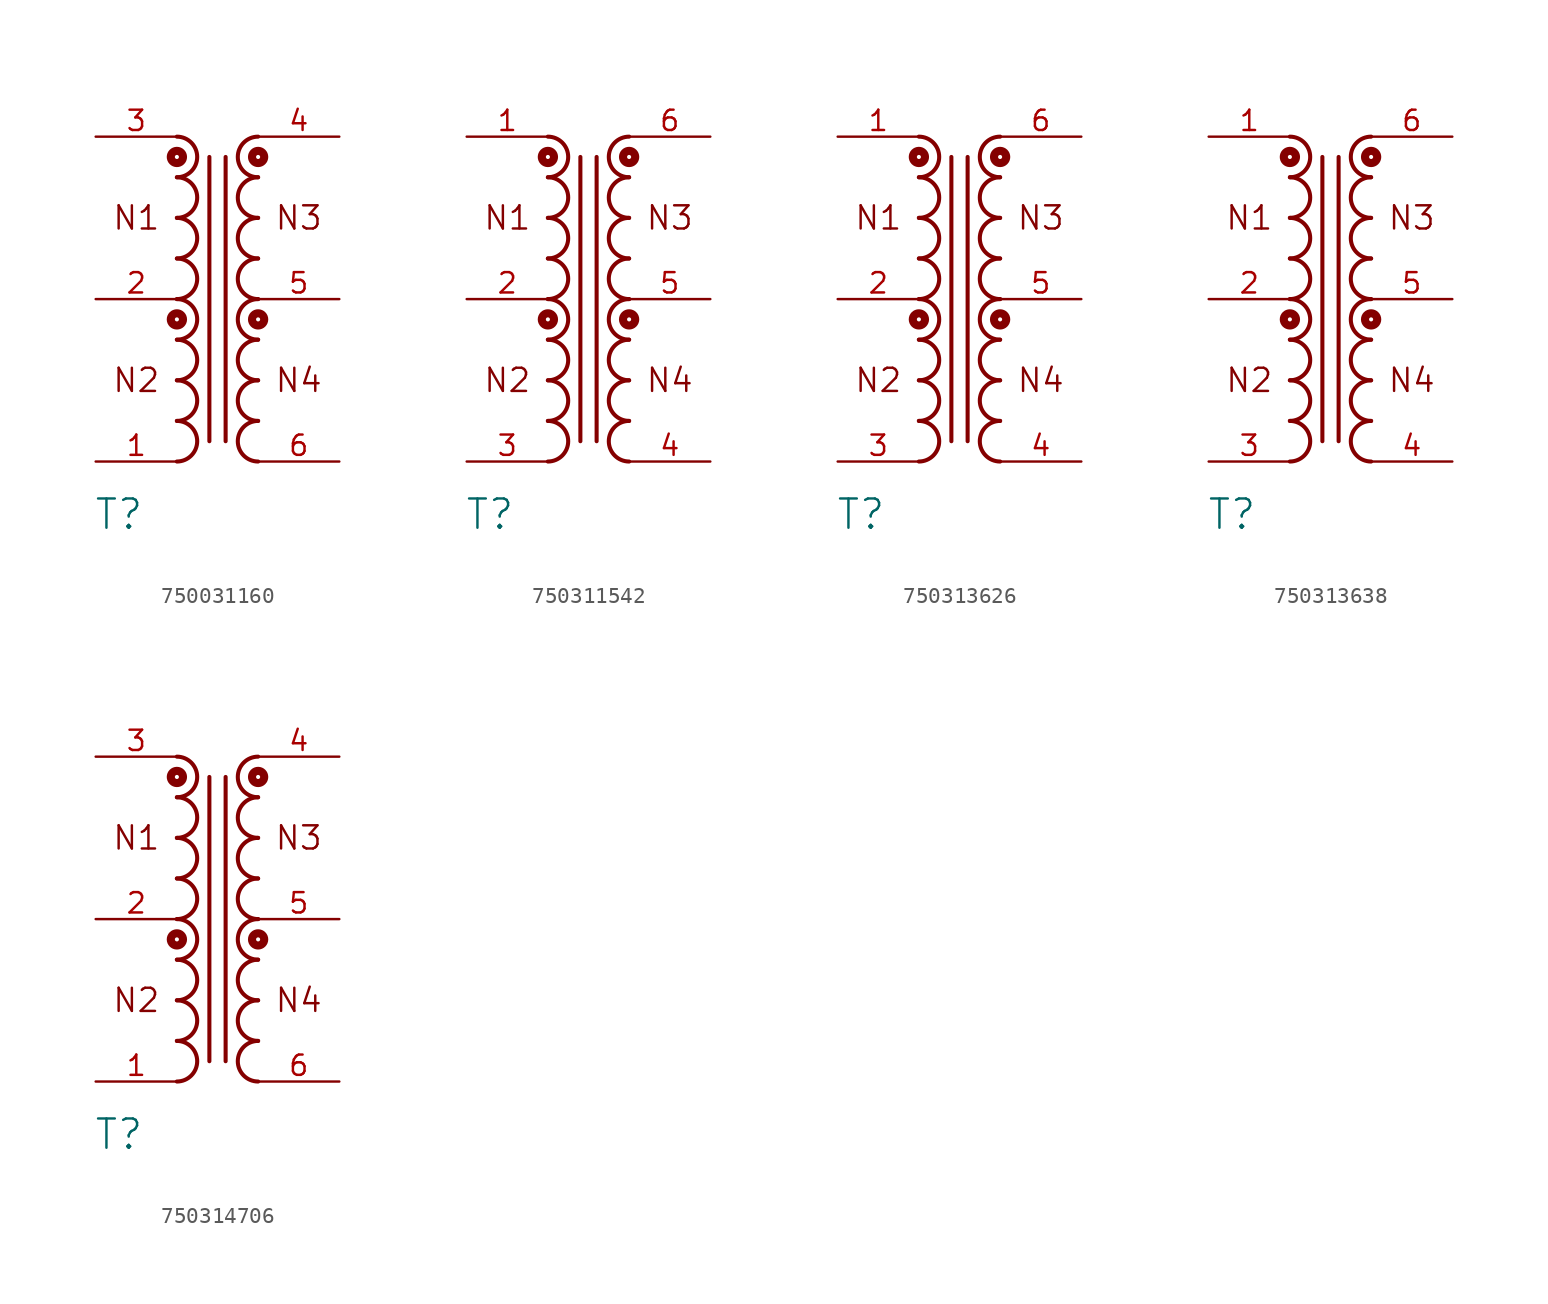
<source format=kicad_sym>
(kicad_symbol_lib
  (version 20231120)
  (generator "kicad_symbol_editor")
  (generator_version "8.0")
  (symbol "750031160"
    (property "Reference" "T"
      (at 1.457 -23.622 0)
      (effects (font (size 1.829 1.829))))
    (symbol "750031160_1_0"
      (polyline (pts (xy 7.112 -1.27) (xy 7.112 -19.05)) (stroke (width 0.254) (type solid)) (fill (type none)))
      (polyline (pts (xy 8.128 -1.27) (xy 8.128 -19.05)) (stroke (width 0.254) (type solid)) (fill (type none)))
      (arc (start 5.08 -20.32) (mid 6.35 -19.05) (end 5.08 -17.78) (stroke (width 0.254) (type solid)) (fill (type none)))
      (arc (start 5.08 -17.78) (mid 6.35 -16.51) (end 5.08 -15.24) (stroke (width 0.254) (type solid)) (fill (type none)))
      (arc (start 5.08 -15.24) (mid 6.35 -13.97) (end 5.08 -12.7) (stroke (width 0.254) (type solid)) (fill (type none)))
      (arc (start 5.08 -12.7) (mid 6.35 -11.43) (end 5.08 -10.16) (stroke (width 0.254) (type solid)) (fill (type none)))
      (circle (center 5.08 -11.43) (radius 0.127) (stroke (width 0.508) (type solid)) (fill (type none)))
      (arc (start 5.08 -10.16) (mid 6.35 -8.89) (end 5.08 -7.62) (stroke (width 0.254) (type solid)) (fill (type none)))
      (arc (start 5.08 -7.62) (mid 6.35 -6.35) (end 5.08 -5.08) (stroke (width 0.254) (type solid)) (fill (type none)))
      (arc (start 5.08 -5.08) (mid 6.35 -3.81) (end 5.08 -2.54) (stroke (width 0.254) (type solid)) (fill (type none)))
      (arc (start 5.08 -2.54) (mid 6.35 -1.27) (end 5.08 0) (stroke (width 0.254) (type solid)) (fill (type none)))
      (circle (center 5.08 -1.27) (radius 0.127) (stroke (width 0.508) (type solid)) (fill (type none)))
      (arc (start 10.16 -17.78) (mid 8.89 -19.05) (end 10.16 -20.32) (stroke (width 0.254) (type solid)) (fill (type none)))
      (arc (start 10.16 -15.24) (mid 8.89 -16.51) (end 10.16 -17.78) (stroke (width 0.254) (type solid)) (fill (type none)))
      (arc (start 10.16 -12.7) (mid 8.89 -13.97) (end 10.16 -15.24) (stroke (width 0.254) (type solid)) (fill (type none)))
      (circle (center 10.16 -11.43) (radius 0.127) (stroke (width 0.508) (type solid)) (fill (type none)))
      (arc (start 10.16 -10.16) (mid 8.89 -11.43) (end 10.16 -12.7) (stroke (width 0.254) (type solid)) (fill (type none)))
      (arc (start 10.16 -7.62) (mid 8.89 -8.89) (end 10.16 -10.16) (stroke (width 0.254) (type solid)) (fill (type none)))
      (arc (start 10.16 -5.08) (mid 8.89 -6.35) (end 10.16 -7.62) (stroke (width 0.254) (type solid)) (fill (type none)))
      (arc (start 10.16 -2.54) (mid 8.89 -3.81) (end 10.16 -5.08) (stroke (width 0.254) (type solid)) (fill (type none)))
      (circle (center 10.16 -1.27) (radius 0.127) (stroke (width 0.508) (type solid)) (fill (type none)))
      (arc (start 10.16 0) (mid 8.89 -1.27) (end 10.16 -2.54) (stroke (width 0.254) (type solid)) (fill (type none)))
      (text "N1" (at 2.54 -5.08 0) (effects (font (size 1.448 1.448))))
      (text "N2" (at 2.54 -15.24 0) (effects (font (size 1.448 1.448))))
      (text "N3" (at 12.7 -5.08 0) (effects (font (size 1.448 1.448))))
      (text "N4" (at 12.7 -15.24 0) (effects (font (size 1.448 1.448))))
      (pin passive line (at 0 -20.32 0) (length 5.08) (name "1" (effects (font (size 0 0)))) (number "1" (effects (font (size 1.27 1.27)))))
      (pin passive line (at 0 -10.16 0) (length 5.08) (name "2" (effects (font (size 0 0)))) (number "2" (effects (font (size 1.27 1.27)))))
      (pin passive line (at 0 0 0) (length 5.08) (name "3" (effects (font (size 0 0)))) (number "3" (effects (font (size 1.27 1.27)))))
      (pin passive line (at 15.24 0 180) (length 5.08) (name "4" (effects (font (size 0 0)))) (number "4" (effects (font (size 1.27 1.27)))))
      (pin passive line (at 15.24 -10.16 180) (length 5.08) (name "5" (effects (font (size 0 0)))) (number "5" (effects (font (size 1.27 1.27)))))
      (pin passive line (at 15.24 -20.32 180) (length 5.08) (name "6" (effects (font (size 0 0)))) (number "6" (effects (font (size 1.27 1.27)))))))
  (symbol "750311542"
    (property "Reference" "T"
      (at 1.457 -23.622 0)
      (effects (font (size 1.829 1.829))))
    (symbol "750311542_1_0"
      (polyline (pts (xy 7.112 -1.27) (xy 7.112 -19.05)) (stroke (width 0.254) (type solid)) (fill (type none)))
      (polyline (pts (xy 8.128 -1.27) (xy 8.128 -19.05)) (stroke (width 0.254) (type solid)) (fill (type none)))
      (arc (start 5.08 -20.32) (mid 6.35 -19.05) (end 5.08 -17.78) (stroke (width 0.254) (type solid)) (fill (type none)))
      (arc (start 5.08 -17.78) (mid 6.35 -16.51) (end 5.08 -15.24) (stroke (width 0.254) (type solid)) (fill (type none)))
      (arc (start 5.08 -15.24) (mid 6.35 -13.97) (end 5.08 -12.7) (stroke (width 0.254) (type solid)) (fill (type none)))
      (arc (start 5.08 -12.7) (mid 6.35 -11.43) (end 5.08 -10.16) (stroke (width 0.254) (type solid)) (fill (type none)))
      (circle (center 5.08 -11.43) (radius 0.127) (stroke (width 0.508) (type solid)) (fill (type none)))
      (arc (start 5.08 -10.16) (mid 6.35 -8.89) (end 5.08 -7.62) (stroke (width 0.254) (type solid)) (fill (type none)))
      (arc (start 5.08 -7.62) (mid 6.35 -6.35) (end 5.08 -5.08) (stroke (width 0.254) (type solid)) (fill (type none)))
      (arc (start 5.08 -5.08) (mid 6.35 -3.81) (end 5.08 -2.54) (stroke (width 0.254) (type solid)) (fill (type none)))
      (arc (start 5.08 -2.54) (mid 6.35 -1.27) (end 5.08 0) (stroke (width 0.254) (type solid)) (fill (type none)))
      (circle (center 5.08 -1.27) (radius 0.127) (stroke (width 0.508) (type solid)) (fill (type none)))
      (arc (start 10.16 -17.78) (mid 8.89 -19.05) (end 10.16 -20.32) (stroke (width 0.254) (type solid)) (fill (type none)))
      (arc (start 10.16 -15.24) (mid 8.89 -16.51) (end 10.16 -17.78) (stroke (width 0.254) (type solid)) (fill (type none)))
      (arc (start 10.16 -12.7) (mid 8.89 -13.97) (end 10.16 -15.24) (stroke (width 0.254) (type solid)) (fill (type none)))
      (circle (center 10.16 -11.43) (radius 0.127) (stroke (width 0.508) (type solid)) (fill (type none)))
      (arc (start 10.16 -10.16) (mid 8.89 -11.43) (end 10.16 -12.7) (stroke (width 0.254) (type solid)) (fill (type none)))
      (arc (start 10.16 -7.62) (mid 8.89 -8.89) (end 10.16 -10.16) (stroke (width 0.254) (type solid)) (fill (type none)))
      (arc (start 10.16 -5.08) (mid 8.89 -6.35) (end 10.16 -7.62) (stroke (width 0.254) (type solid)) (fill (type none)))
      (arc (start 10.16 -2.54) (mid 8.89 -3.81) (end 10.16 -5.08) (stroke (width 0.254) (type solid)) (fill (type none)))
      (circle (center 10.16 -1.27) (radius 0.127) (stroke (width 0.508) (type solid)) (fill (type none)))
      (arc (start 10.16 0) (mid 8.89 -1.27) (end 10.16 -2.54) (stroke (width 0.254) (type solid)) (fill (type none)))
      (text "N1" (at 2.54 -5.08 0) (effects (font (size 1.448 1.448))))
      (text "N2" (at 2.54 -15.24 0) (effects (font (size 1.448 1.448))))
      (text "N3" (at 12.7 -5.08 0) (effects (font (size 1.448 1.448))))
      (text "N4" (at 12.7 -15.24 0) (effects (font (size 1.448 1.448))))
      (pin passive line (at 0 0 0) (length 5.08) (name "1" (effects (font (size 0 0)))) (number "1" (effects (font (size 1.27 1.27)))))
      (pin passive line (at 0 -10.16 0) (length 5.08) (name "2" (effects (font (size 0 0)))) (number "2" (effects (font (size 1.27 1.27)))))
      (pin passive line (at 0 -20.32 0) (length 5.08) (name "3" (effects (font (size 0 0)))) (number "3" (effects (font (size 1.27 1.27)))))
      (pin passive line (at 15.24 -20.32 180) (length 5.08) (name "4" (effects (font (size 0 0)))) (number "4" (effects (font (size 1.27 1.27)))))
      (pin passive line (at 15.24 -10.16 180) (length 5.08) (name "5" (effects (font (size 0 0)))) (number "5" (effects (font (size 1.27 1.27)))))
      (pin passive line (at 15.24 0 180) (length 5.08) (name "6" (effects (font (size 0 0)))) (number "6" (effects (font (size 1.27 1.27)))))))
  (symbol "750313626"
    (property "Reference" "T"
      (at 1.457 -23.622 0)
      (effects (font (size 1.829 1.829))))
    (symbol "750313626_1_0"
      (polyline (pts (xy 7.112 -1.27) (xy 7.112 -19.05)) (stroke (width 0.254) (type solid)) (fill (type none)))
      (polyline (pts (xy 8.128 -1.27) (xy 8.128 -19.05)) (stroke (width 0.254) (type solid)) (fill (type none)))
      (arc (start 5.08 -20.32) (mid 6.35 -19.05) (end 5.08 -17.78) (stroke (width 0.254) (type solid)) (fill (type none)))
      (arc (start 5.08 -17.78) (mid 6.35 -16.51) (end 5.08 -15.24) (stroke (width 0.254) (type solid)) (fill (type none)))
      (arc (start 5.08 -15.24) (mid 6.35 -13.97) (end 5.08 -12.7) (stroke (width 0.254) (type solid)) (fill (type none)))
      (arc (start 5.08 -12.7) (mid 6.35 -11.43) (end 5.08 -10.16) (stroke (width 0.254) (type solid)) (fill (type none)))
      (circle (center 5.08 -11.43) (radius 0.127) (stroke (width 0.508) (type solid)) (fill (type none)))
      (arc (start 5.08 -10.16) (mid 6.35 -8.89) (end 5.08 -7.62) (stroke (width 0.254) (type solid)) (fill (type none)))
      (arc (start 5.08 -7.62) (mid 6.35 -6.35) (end 5.08 -5.08) (stroke (width 0.254) (type solid)) (fill (type none)))
      (arc (start 5.08 -5.08) (mid 6.35 -3.81) (end 5.08 -2.54) (stroke (width 0.254) (type solid)) (fill (type none)))
      (arc (start 5.08 -2.54) (mid 6.35 -1.27) (end 5.08 0) (stroke (width 0.254) (type solid)) (fill (type none)))
      (circle (center 5.08 -1.27) (radius 0.127) (stroke (width 0.508) (type solid)) (fill (type none)))
      (arc (start 10.16 -17.78) (mid 8.89 -19.05) (end 10.16 -20.32) (stroke (width 0.254) (type solid)) (fill (type none)))
      (arc (start 10.16 -15.24) (mid 8.89 -16.51) (end 10.16 -17.78) (stroke (width 0.254) (type solid)) (fill (type none)))
      (arc (start 10.16 -12.7) (mid 8.89 -13.97) (end 10.16 -15.24) (stroke (width 0.254) (type solid)) (fill (type none)))
      (circle (center 10.16 -11.43) (radius 0.127) (stroke (width 0.508) (type solid)) (fill (type none)))
      (arc (start 10.16 -10.16) (mid 8.89 -11.43) (end 10.16 -12.7) (stroke (width 0.254) (type solid)) (fill (type none)))
      (arc (start 10.16 -7.62) (mid 8.89 -8.89) (end 10.16 -10.16) (stroke (width 0.254) (type solid)) (fill (type none)))
      (arc (start 10.16 -5.08) (mid 8.89 -6.35) (end 10.16 -7.62) (stroke (width 0.254) (type solid)) (fill (type none)))
      (arc (start 10.16 -2.54) (mid 8.89 -3.81) (end 10.16 -5.08) (stroke (width 0.254) (type solid)) (fill (type none)))
      (circle (center 10.16 -1.27) (radius 0.127) (stroke (width 0.508) (type solid)) (fill (type none)))
      (arc (start 10.16 0) (mid 8.89 -1.27) (end 10.16 -2.54) (stroke (width 0.254) (type solid)) (fill (type none)))
      (text "N1" (at 2.54 -5.08 0) (effects (font (size 1.448 1.448))))
      (text "N2" (at 2.54 -15.24 0) (effects (font (size 1.448 1.448))))
      (text "N3" (at 12.7 -5.08 0) (effects (font (size 1.448 1.448))))
      (text "N4" (at 12.7 -15.24 0) (effects (font (size 1.448 1.448))))
      (pin passive line (at 0 0 0) (length 5.08) (name "1" (effects (font (size 0 0)))) (number "1" (effects (font (size 1.27 1.27)))))
      (pin passive line (at 0 -10.16 0) (length 5.08) (name "2" (effects (font (size 0 0)))) (number "2" (effects (font (size 1.27 1.27)))))
      (pin passive line (at 0 -20.32 0) (length 5.08) (name "3" (effects (font (size 0 0)))) (number "3" (effects (font (size 1.27 1.27)))))
      (pin passive line (at 15.24 -20.32 180) (length 5.08) (name "4" (effects (font (size 0 0)))) (number "4" (effects (font (size 1.27 1.27)))))
      (pin passive line (at 15.24 -10.16 180) (length 5.08) (name "5" (effects (font (size 0 0)))) (number "5" (effects (font (size 1.27 1.27)))))
      (pin passive line (at 15.24 0 180) (length 5.08) (name "6" (effects (font (size 0 0)))) (number "6" (effects (font (size 1.27 1.27)))))))
  (symbol "750313638"
    (property "Reference" "T"
      (at 1.457 -23.622 0)
      (effects (font (size 1.829 1.829))))
    (symbol "750313638_1_0"
      (polyline (pts (xy 7.112 -1.27) (xy 7.112 -19.05)) (stroke (width 0.254) (type solid)) (fill (type none)))
      (polyline (pts (xy 8.128 -1.27) (xy 8.128 -19.05)) (stroke (width 0.254) (type solid)) (fill (type none)))
      (arc (start 5.08 -20.32) (mid 6.35 -19.05) (end 5.08 -17.78) (stroke (width 0.254) (type solid)) (fill (type none)))
      (arc (start 5.08 -17.78) (mid 6.35 -16.51) (end 5.08 -15.24) (stroke (width 0.254) (type solid)) (fill (type none)))
      (arc (start 5.08 -15.24) (mid 6.35 -13.97) (end 5.08 -12.7) (stroke (width 0.254) (type solid)) (fill (type none)))
      (arc (start 5.08 -12.7) (mid 6.35 -11.43) (end 5.08 -10.16) (stroke (width 0.254) (type solid)) (fill (type none)))
      (circle (center 5.08 -11.43) (radius 0.127) (stroke (width 0.508) (type solid)) (fill (type none)))
      (arc (start 5.08 -10.16) (mid 6.35 -8.89) (end 5.08 -7.62) (stroke (width 0.254) (type solid)) (fill (type none)))
      (arc (start 5.08 -7.62) (mid 6.35 -6.35) (end 5.08 -5.08) (stroke (width 0.254) (type solid)) (fill (type none)))
      (arc (start 5.08 -5.08) (mid 6.35 -3.81) (end 5.08 -2.54) (stroke (width 0.254) (type solid)) (fill (type none)))
      (arc (start 5.08 -2.54) (mid 6.35 -1.27) (end 5.08 0) (stroke (width 0.254) (type solid)) (fill (type none)))
      (circle (center 5.08 -1.27) (radius 0.127) (stroke (width 0.508) (type solid)) (fill (type none)))
      (arc (start 10.16 -17.78) (mid 8.89 -19.05) (end 10.16 -20.32) (stroke (width 0.254) (type solid)) (fill (type none)))
      (arc (start 10.16 -15.24) (mid 8.89 -16.51) (end 10.16 -17.78) (stroke (width 0.254) (type solid)) (fill (type none)))
      (arc (start 10.16 -12.7) (mid 8.89 -13.97) (end 10.16 -15.24) (stroke (width 0.254) (type solid)) (fill (type none)))
      (circle (center 10.16 -11.43) (radius 0.127) (stroke (width 0.508) (type solid)) (fill (type none)))
      (arc (start 10.16 -10.16) (mid 8.89 -11.43) (end 10.16 -12.7) (stroke (width 0.254) (type solid)) (fill (type none)))
      (arc (start 10.16 -7.62) (mid 8.89 -8.89) (end 10.16 -10.16) (stroke (width 0.254) (type solid)) (fill (type none)))
      (arc (start 10.16 -5.08) (mid 8.89 -6.35) (end 10.16 -7.62) (stroke (width 0.254) (type solid)) (fill (type none)))
      (arc (start 10.16 -2.54) (mid 8.89 -3.81) (end 10.16 -5.08) (stroke (width 0.254) (type solid)) (fill (type none)))
      (circle (center 10.16 -1.27) (radius 0.127) (stroke (width 0.508) (type solid)) (fill (type none)))
      (arc (start 10.16 0) (mid 8.89 -1.27) (end 10.16 -2.54) (stroke (width 0.254) (type solid)) (fill (type none)))
      (text "N1" (at 2.54 -5.08 0) (effects (font (size 1.448 1.448))))
      (text "N2" (at 2.54 -15.24 0) (effects (font (size 1.448 1.448))))
      (text "N3" (at 12.7 -5.08 0) (effects (font (size 1.448 1.448))))
      (text "N4" (at 12.7 -15.24 0) (effects (font (size 1.448 1.448))))
      (pin passive line (at 0 0 0) (length 5.08) (name "1" (effects (font (size 0 0)))) (number "1" (effects (font (size 1.27 1.27)))))
      (pin passive line (at 0 -10.16 0) (length 5.08) (name "2" (effects (font (size 0 0)))) (number "2" (effects (font (size 1.27 1.27)))))
      (pin passive line (at 0 -20.32 0) (length 5.08) (name "3" (effects (font (size 0 0)))) (number "3" (effects (font (size 1.27 1.27)))))
      (pin passive line (at 15.24 -20.32 180) (length 5.08) (name "4" (effects (font (size 0 0)))) (number "4" (effects (font (size 1.27 1.27)))))
      (pin passive line (at 15.24 -10.16 180) (length 5.08) (name "5" (effects (font (size 0 0)))) (number "5" (effects (font (size 1.27 1.27)))))
      (pin passive line (at 15.24 0 180) (length 5.08) (name "6" (effects (font (size 0 0)))) (number "6" (effects (font (size 1.27 1.27)))))))
  (symbol "750314706"
    (property "Reference" "T"
      (at 1.457 -23.622 0)
      (effects (font (size 1.829 1.829))))
    (symbol "750314706_1_0"
      (polyline (pts (xy 7.112 -1.27) (xy 7.112 -19.05)) (stroke (width 0.254) (type solid)) (fill (type none)))
      (polyline (pts (xy 8.128 -1.27) (xy 8.128 -19.05)) (stroke (width 0.254) (type solid)) (fill (type none)))
      (arc (start 5.08 -20.32) (mid 6.35 -19.05) (end 5.08 -17.78) (stroke (width 0.254) (type solid)) (fill (type none)))
      (arc (start 5.08 -17.78) (mid 6.35 -16.51) (end 5.08 -15.24) (stroke (width 0.254) (type solid)) (fill (type none)))
      (arc (start 5.08 -15.24) (mid 6.35 -13.97) (end 5.08 -12.7) (stroke (width 0.254) (type solid)) (fill (type none)))
      (arc (start 5.08 -12.7) (mid 6.35 -11.43) (end 5.08 -10.16) (stroke (width 0.254) (type solid)) (fill (type none)))
      (circle (center 5.08 -11.43) (radius 0.127) (stroke (width 0.508) (type solid)) (fill (type none)))
      (arc (start 5.08 -10.16) (mid 6.35 -8.89) (end 5.08 -7.62) (stroke (width 0.254) (type solid)) (fill (type none)))
      (arc (start 5.08 -7.62) (mid 6.35 -6.35) (end 5.08 -5.08) (stroke (width 0.254) (type solid)) (fill (type none)))
      (arc (start 5.08 -5.08) (mid 6.35 -3.81) (end 5.08 -2.54) (stroke (width 0.254) (type solid)) (fill (type none)))
      (arc (start 5.08 -2.54) (mid 6.35 -1.27) (end 5.08 0) (stroke (width 0.254) (type solid)) (fill (type none)))
      (circle (center 5.08 -1.27) (radius 0.127) (stroke (width 0.508) (type solid)) (fill (type none)))
      (arc (start 10.16 -17.78) (mid 8.89 -19.05) (end 10.16 -20.32) (stroke (width 0.254) (type solid)) (fill (type none)))
      (arc (start 10.16 -15.24) (mid 8.89 -16.51) (end 10.16 -17.78) (stroke (width 0.254) (type solid)) (fill (type none)))
      (arc (start 10.16 -12.7) (mid 8.89 -13.97) (end 10.16 -15.24) (stroke (width 0.254) (type solid)) (fill (type none)))
      (circle (center 10.16 -11.43) (radius 0.127) (stroke (width 0.508) (type solid)) (fill (type none)))
      (arc (start 10.16 -10.16) (mid 8.89 -11.43) (end 10.16 -12.7) (stroke (width 0.254) (type solid)) (fill (type none)))
      (arc (start 10.16 -7.62) (mid 8.89 -8.89) (end 10.16 -10.16) (stroke (width 0.254) (type solid)) (fill (type none)))
      (arc (start 10.16 -5.08) (mid 8.89 -6.35) (end 10.16 -7.62) (stroke (width 0.254) (type solid)) (fill (type none)))
      (arc (start 10.16 -2.54) (mid 8.89 -3.81) (end 10.16 -5.08) (stroke (width 0.254) (type solid)) (fill (type none)))
      (circle (center 10.16 -1.27) (radius 0.127) (stroke (width 0.508) (type solid)) (fill (type none)))
      (arc (start 10.16 0) (mid 8.89 -1.27) (end 10.16 -2.54) (stroke (width 0.254) (type solid)) (fill (type none)))
      (text "N1" (at 2.54 -5.08 0) (effects (font (size 1.448 1.448))))
      (text "N2" (at 2.54 -15.24 0) (effects (font (size 1.448 1.448))))
      (text "N3" (at 12.7 -5.08 0) (effects (font (size 1.448 1.448))))
      (text "N4" (at 12.7 -15.24 0) (effects (font (size 1.448 1.448))))
      (pin passive line (at 0 -20.32 0) (length 5.08) (name "1" (effects (font (size 0 0)))) (number "1" (effects (font (size 1.27 1.27)))))
      (pin passive line (at 0 -10.16 0) (length 5.08) (name "2" (effects (font (size 0 0)))) (number "2" (effects (font (size 1.27 1.27)))))
      (pin passive line (at 0 0 0) (length 5.08) (name "3" (effects (font (size 0 0)))) (number "3" (effects (font (size 1.27 1.27)))))
      (pin passive line (at 15.24 0 180) (length 5.08) (name "4" (effects (font (size 0 0)))) (number "4" (effects (font (size 1.27 1.27)))))
      (pin passive line (at 15.24 -10.16 180) (length 5.08) (name "5" (effects (font (size 0 0)))) (number "5" (effects (font (size 1.27 1.27)))))
      (pin passive line (at 15.24 -20.32 180) (length 5.08) (name "6" (effects (font (size 0 0)))) (number "6" (effects (font (size 1.27 1.27))))))))
</source>
